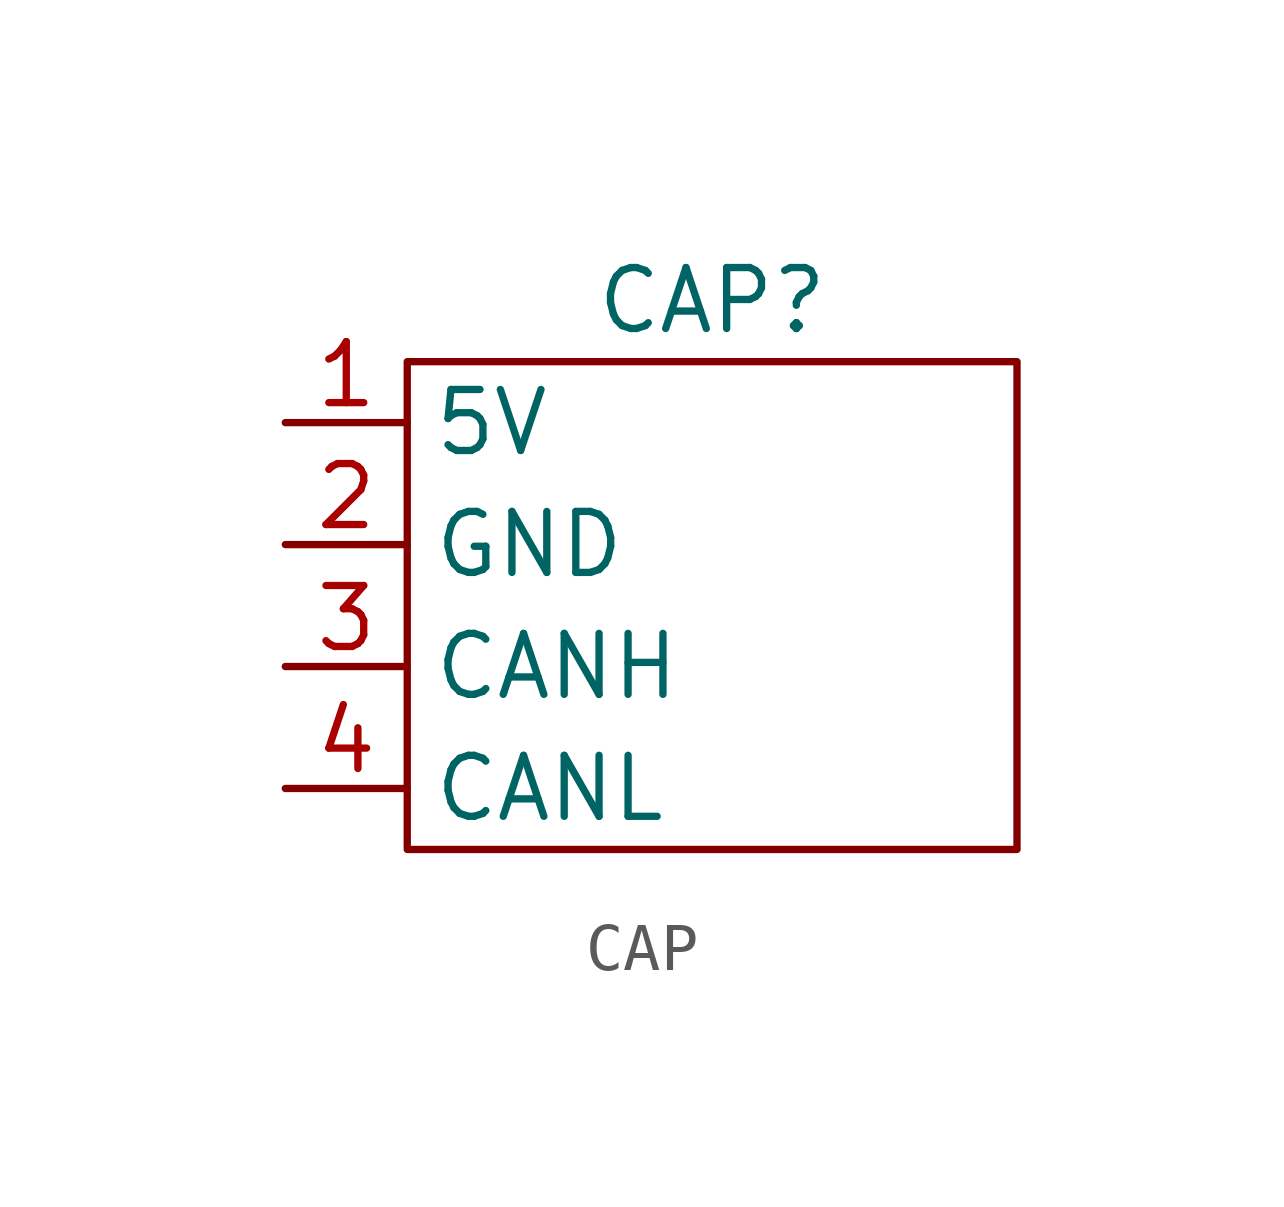
<source format=kicad_sym>
(kicad_symbol_lib
  (version 20231120)
  (generator "kicad_symbol_editor")
  (generator_version "8.0")
  (symbol "CAP"
    (property "Reference" "CAP"
      (at 0 0 0)
      (effects (font (size 1.27 1.27))))
    (property "Value" ""
      (at 0 0 0)
      (effects (font (size 1.27 1.27))))
    (symbol "CAP_0_1"
      (rectangle (start -6.35 -1.27) (end 6.35 -11.43) (stroke (width 0) (type default)) (fill (type none))))
    (symbol "CAP_1_1"
      (pin input line (at -8.89 -2.54 0) (length 2.54) (name "5V" (effects (font (size 1.27 1.27)))) (number "1" (effects (font (size 1.27 1.27)))))
      (pin input line (at -8.89 -5.08 0) (length 2.54) (name "GND" (effects (font (size 1.27 1.27)))) (number "2" (effects (font (size 1.27 1.27)))))
      (pin input line (at -8.89 -7.62 0) (length 2.54) (name "CANH" (effects (font (size 1.27 1.27)))) (number "3" (effects (font (size 1.27 1.27)))))
      (pin input line (at -8.89 -10.16 0) (length 2.54) (name "CANL" (effects (font (size 1.27 1.27)))) (number "4" (effects (font (size 1.27 1.27))))))))
</source>
